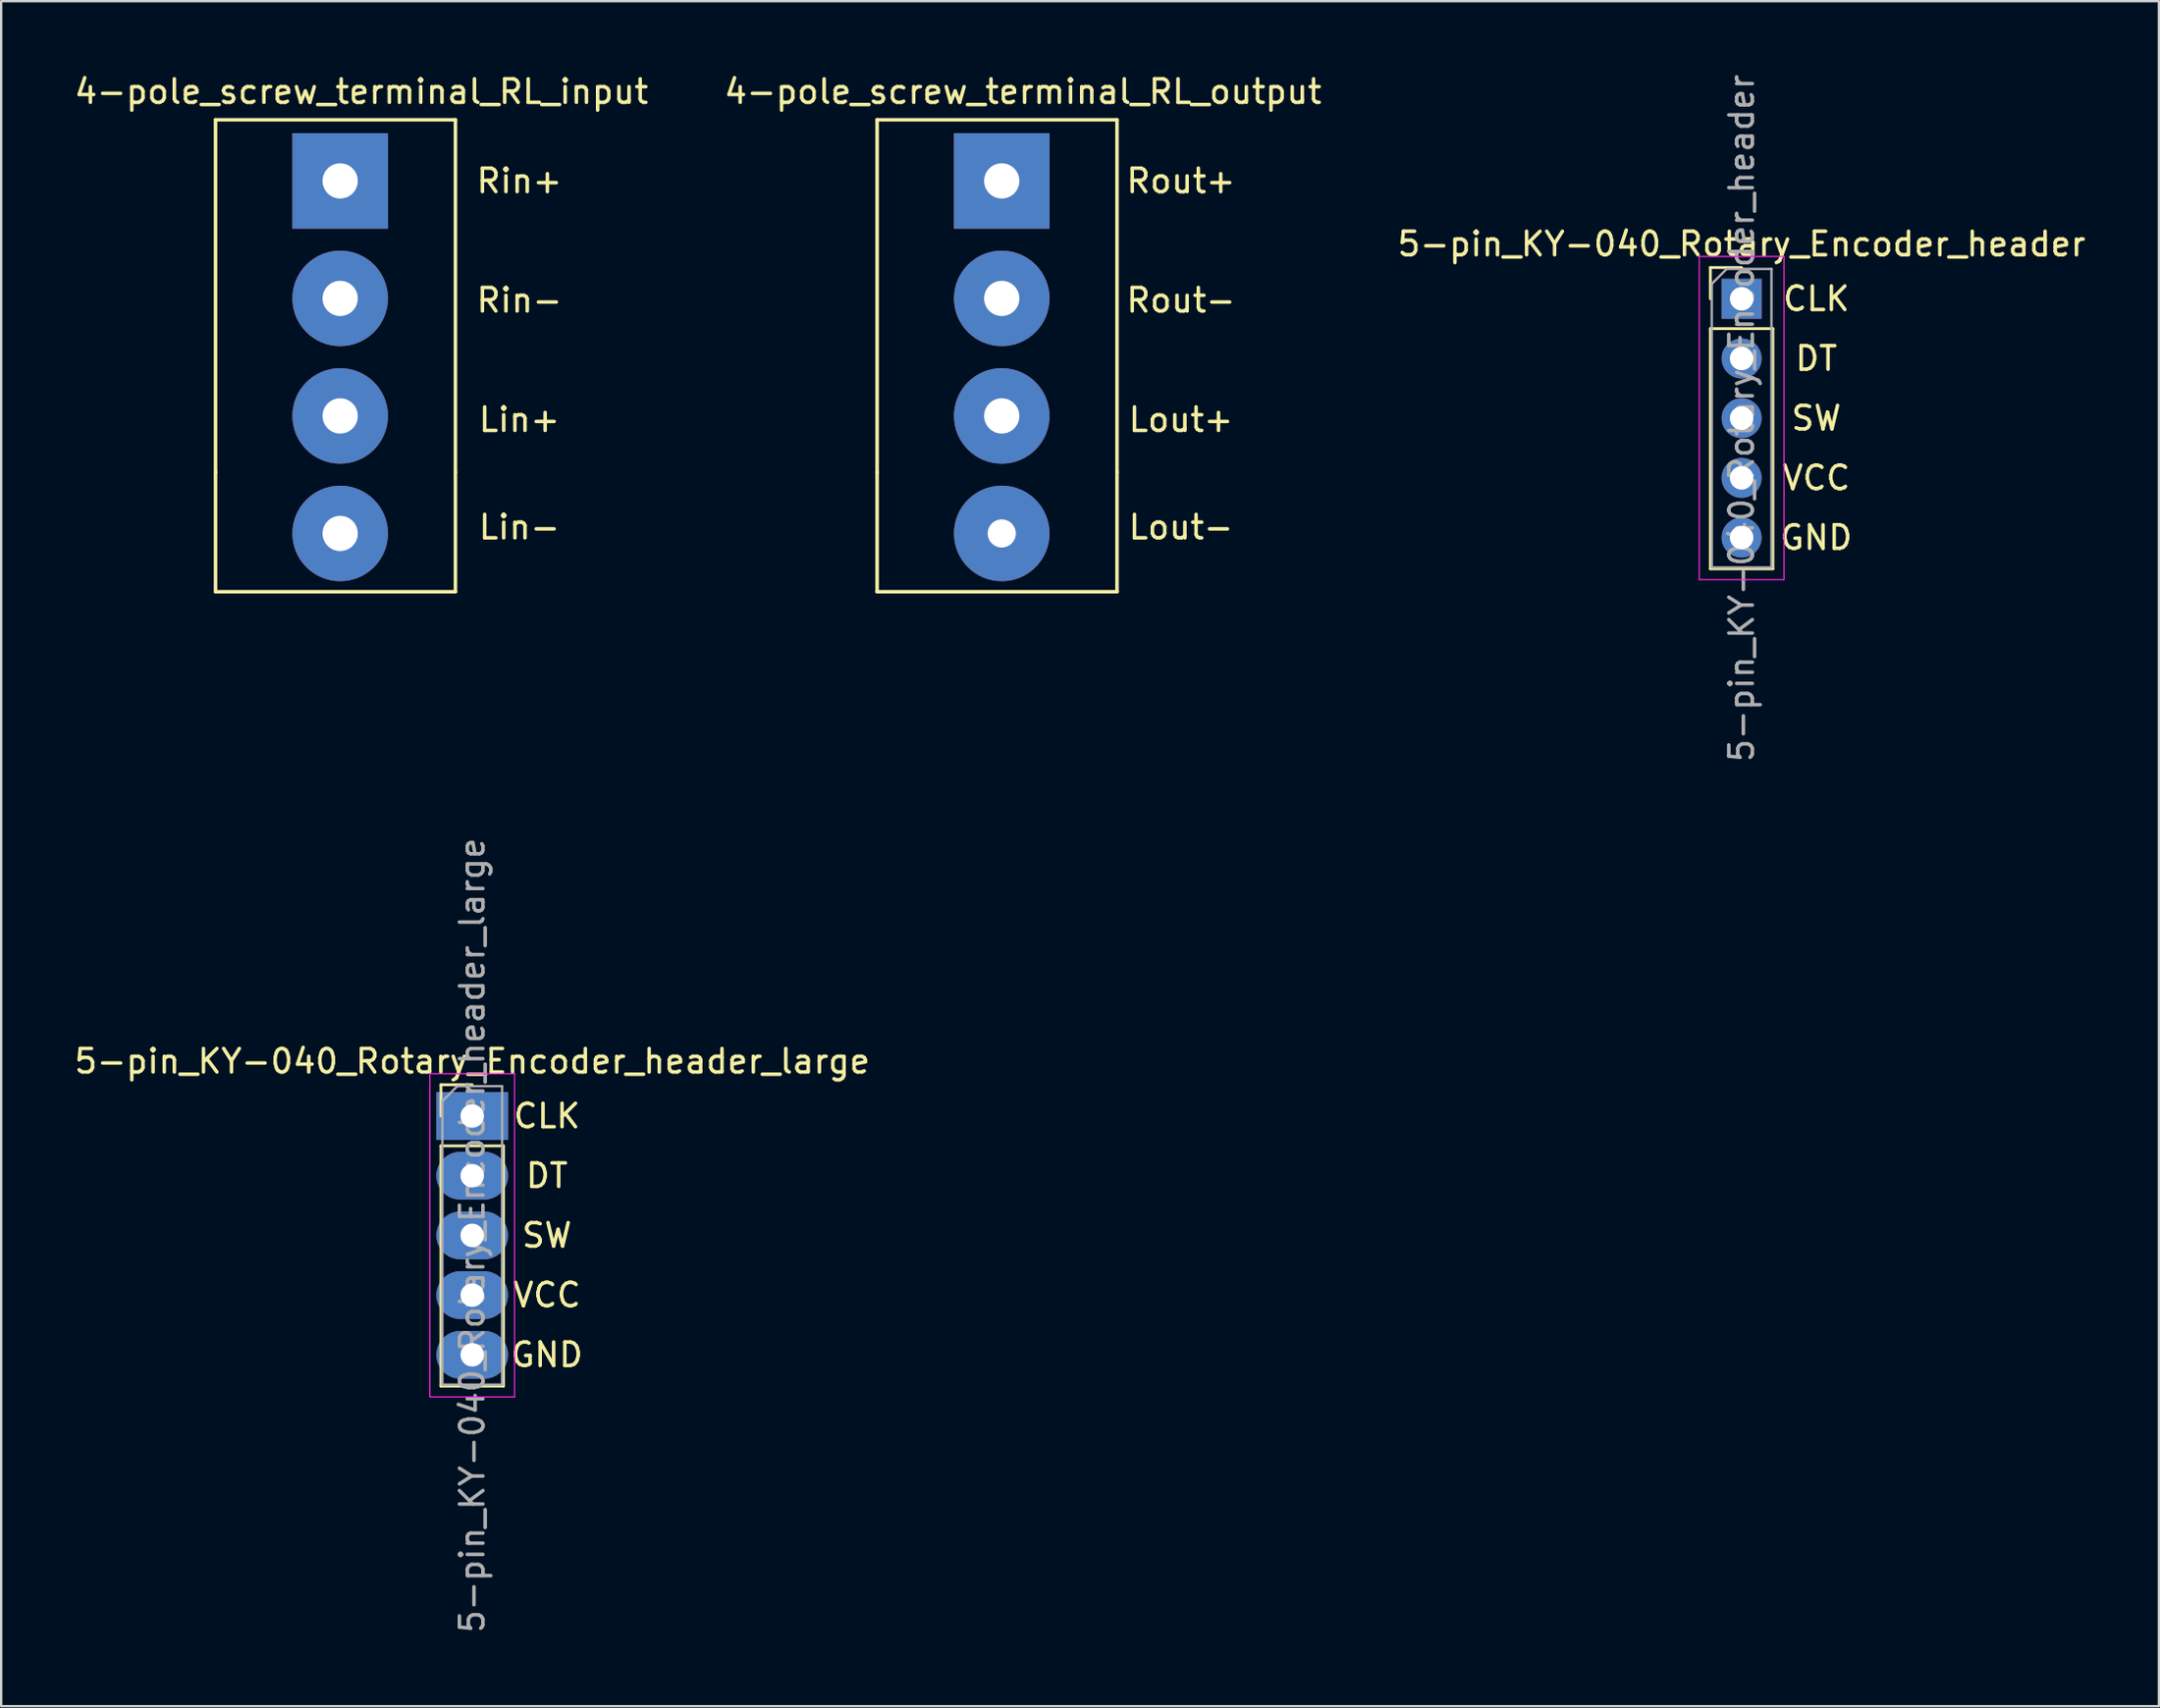
<source format=kicad_pcb>
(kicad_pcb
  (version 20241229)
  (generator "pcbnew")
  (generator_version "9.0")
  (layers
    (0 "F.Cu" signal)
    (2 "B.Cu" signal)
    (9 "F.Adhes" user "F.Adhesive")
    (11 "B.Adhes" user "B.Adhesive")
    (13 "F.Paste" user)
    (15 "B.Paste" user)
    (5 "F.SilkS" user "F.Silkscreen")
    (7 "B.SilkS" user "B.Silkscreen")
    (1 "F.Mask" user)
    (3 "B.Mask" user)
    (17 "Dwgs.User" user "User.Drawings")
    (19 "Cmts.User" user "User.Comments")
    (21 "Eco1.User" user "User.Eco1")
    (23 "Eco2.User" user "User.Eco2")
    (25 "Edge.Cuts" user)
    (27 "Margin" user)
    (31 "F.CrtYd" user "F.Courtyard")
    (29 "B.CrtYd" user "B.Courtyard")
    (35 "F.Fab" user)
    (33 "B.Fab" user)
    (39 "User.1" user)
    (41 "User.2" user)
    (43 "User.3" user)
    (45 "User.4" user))
  (footprint "5-pin_KY-040_Rotary_Encoder_header"
    (layer "F.Cu")
    (at 71.006 9.664)
    (property "Reference" "5-pin_KY-040_Rotary_Encoder_header" (at 0 -2.33 0) (layer "F.SilkS") (effects (font (size 1 1) (thickness 0.15))))
    (attr through_hole)
    (fp_line (start -1.33 -1.33) (end 0 -1.33) (stroke (width 0.12) (type solid)) (layer "F.SilkS"))
    (fp_line (start -1.33 0) (end -1.33 -1.33) (stroke (width 0.12) (type solid)) (layer "F.SilkS"))
    (fp_line (start -1.33 1.27) (end -1.33 11.49) (stroke (width 0.12) (type solid)) (layer "F.SilkS"))
    (fp_line (start -1.33 1.27) (end 1.33 1.27) (stroke (width 0.12) (type solid)) (layer "F.SilkS"))
    (fp_line (start -1.33 11.49) (end 1.33 11.49) (stroke (width 0.12) (type solid)) (layer "F.SilkS"))
    (fp_line (start 1.33 1.27) (end 1.33 11.49) (stroke (width 0.12) (type solid)) (layer "F.SilkS"))
    (fp_line (start -1.8 -1.8) (end -1.8 11.95) (stroke (width 0.05) (type solid)) (layer "F.CrtYd"))
    (fp_line (start -1.8 11.95) (end 1.8 11.95) (stroke (width 0.05) (type solid)) (layer "F.CrtYd"))
    (fp_line (start 1.8 -1.8) (end -1.8 -1.8) (stroke (width 0.05) (type solid)) (layer "F.CrtYd"))
    (fp_line (start 1.8 11.95) (end 1.8 -1.8) (stroke (width 0.05) (type solid)) (layer "F.CrtYd"))
    (fp_line (start -1.27 -0.635) (end -0.635 -1.27) (stroke (width 0.1) (type solid)) (layer "F.Fab"))
    (fp_line (start -1.27 11.43) (end -1.27 -0.635) (stroke (width 0.1) (type solid)) (layer "F.Fab"))
    (fp_line (start -0.635 -1.27) (end 1.27 -1.27) (stroke (width 0.1) (type solid)) (layer "F.Fab"))
    (fp_line (start 1.27 -1.27) (end 1.27 11.43) (stroke (width 0.1) (type solid)) (layer "F.Fab"))
    (fp_line (start 1.27 11.43) (end -1.27 11.43) (stroke (width 0.1) (type solid)) (layer "F.Fab"))
    (fp_text user "VCC" (at 3.175 7.62 0) (layer "F.SilkS") (effects (font (size 1 1) (thickness 0.15))))
    (fp_text user "DT" (at 3.175 2.54 0) (layer "F.SilkS") (effects (font (size 1 1) (thickness 0.15))))
    (fp_text user "SW" (at 3.175 5.08 0) (layer "F.SilkS") (effects (font (size 1 1) (thickness 0.15))))
    (fp_text user "CLK" (at 3.175 0 0) (layer "F.SilkS") (effects (font (size 1 1) (thickness 0.15))))
    (fp_text user "GND" (at 3.175 10.16 0) (layer "F.SilkS") (effects (font (size 1 1) (thickness 0.15))))
    (fp_text user "${REFERENCE}" (at 0 5.08 90) (layer "F.Fab") (effects (font (size 1 1) (thickness 0.15))))
    (pad "1" thru_hole rect (at 0 0) (size 1.7 1.7) (drill 1) (layers "*.Cu" "*.Mask"))
    (pad "2" thru_hole oval (at 0 2.54) (size 1.7 1.7) (drill 1) (layers "*.Cu" "*.Mask"))
    (pad "3" thru_hole oval (at 0 5.08) (size 1.7 1.7) (drill 1) (layers "*.Cu" "*.Mask"))
    (pad "4" thru_hole oval (at 0 7.62) (size 1.7 1.7) (drill 1) (layers "*.Cu" "*.Mask"))
    (pad "5" thru_hole oval (at 0 10.16) (size 1.7 1.7) (drill 1) (layers "*.Cu" "*.Mask")))
  (footprint "4-pole_screw_terminal_RL_output"
    (layer "F.Cu")
    (at 39.546 4.648)
    (property "Reference" "4-pole_screw_terminal_RL_output" (at 0.9 -3.8 0) (layer "F.SilkS") (effects (font (size 1 1) (thickness 0.15))))
    (attr through_hole)
    (fp_line (start -5.3 -2.6) (end 4.9 -2.6) (stroke (width 0.15) (type solid)) (layer "F.SilkS"))
    (fp_line (start -5.3 12.4) (end -5.3 -2.6) (stroke (width 0.15) (type solid)) (layer "F.SilkS"))
    (fp_line (start -5.3 12.4) (end -5.3 17.48) (stroke (width 0.15) (type solid)) (layer "F.SilkS"))
    (fp_line (start 4.9 -2.6) (end 4.9 12.4) (stroke (width 0.15) (type solid)) (layer "F.SilkS"))
    (fp_line (start 4.9 17.48) (end -5.3 17.48) (stroke (width 0.15) (type solid)) (layer "F.SilkS"))
    (fp_line (start 4.9 17.48) (end 4.9 12.4) (stroke (width 0.15) (type solid)) (layer "F.SilkS"))
    (fp_text user "Rout+" (at 7.62 0 0) (layer "F.SilkS") (effects (font (size 1 1) (thickness 0.15))))
    (fp_text user "Lout-" (at 7.62 14.732 0) (layer "F.SilkS") (effects (font (size 1 1) (thickness 0.15))))
    (fp_text user "Lout+" (at 7.62 10.16 0) (layer "F.SilkS") (effects (font (size 1 1) (thickness 0.15))))
    (fp_text user "Rout-" (at 7.62 5.08 0) (layer "F.SilkS") (effects (font (size 1 1) (thickness 0.15))))
    (pad "1" thru_hole rect (at 0 0) (size 4.064 4.064) (drill 1.5) (layers "*.Cu" "*.Mask"))
    (pad "2" thru_hole circle (at 0 5) (size 4.064 4.064) (drill 1.5) (layers "*.Cu" "*.Mask"))
    (pad "3" thru_hole circle (at 0 10) (size 4.064 4.064) (drill 1.5) (layers "*.Cu" "*.Mask"))
    (pad "4" thru_hole circle (at 0 15) (size 4.064 4.064) (drill 1.2) (layers "*.Cu" "*.Mask")))
  (footprint "4-pole_screw_terminal_RL_input"
    (layer "F.Cu")
    (at 11.415 4.648)
    (property "Reference" "4-pole_screw_terminal_RL_input" (at 0.9 -3.8 0) (layer "F.SilkS") (effects (font (size 1 1) (thickness 0.15))))
    (attr through_hole)
    (fp_line (start -5.3 -2.6) (end 4.9 -2.6) (stroke (width 0.15) (type solid)) (layer "F.SilkS"))
    (fp_line (start -5.3 12.4) (end -5.3 -2.6) (stroke (width 0.15) (type solid)) (layer "F.SilkS"))
    (fp_line (start -5.3 12.4) (end -5.3 17.48) (stroke (width 0.15) (type solid)) (layer "F.SilkS"))
    (fp_line (start 4.9 -2.6) (end 4.9 12.4) (stroke (width 0.15) (type solid)) (layer "F.SilkS"))
    (fp_line (start 4.9 17.48) (end -5.3 17.48) (stroke (width 0.15) (type solid)) (layer "F.SilkS"))
    (fp_line (start 4.9 17.48) (end 4.9 12.4) (stroke (width 0.15) (type solid)) (layer "F.SilkS"))
    (fp_text user "Lin+" (at 7.62 10.16 0) (layer "F.SilkS") (effects (font (size 1 1) (thickness 0.15))))
    (fp_text user "Lin-" (at 7.62 14.732 0) (layer "F.SilkS") (effects (font (size 1 1) (thickness 0.15))))
    (fp_text user "Rin+" (at 7.62 0 0) (layer "F.SilkS") (effects (font (size 1 1) (thickness 0.15))))
    (fp_text user "Rin-" (at 7.62 5.08 0) (layer "F.SilkS") (effects (font (size 1 1) (thickness 0.15))))
    (pad "1" thru_hole rect (at 0 0) (size 4.064 4.064) (drill 1.5) (layers "*.Cu" "*.Mask"))
    (pad "2" thru_hole circle (at 0 5) (size 4.064 4.064) (drill 1.5) (layers "*.Cu" "*.Mask"))
    (pad "3" thru_hole circle (at 0 10) (size 4.064 4.064) (drill 1.5) (layers "*.Cu" "*.Mask"))
    (pad "4" thru_hole circle (at 0 15) (size 4.064 4.064) (drill 1.5) (layers "*.Cu" "*.Mask")))
  (footprint "5-pin_KY-040_Rotary_Encoder_header_large"
    (layer "F.Cu")
    (at 17.03 44.438)
    (property "Reference" "5-pin_KY-040_Rotary_Encoder_header_large" (at 0 -2.33 0) (layer "F.SilkS") (effects (font (size 1 1) (thickness 0.15))))
    (attr through_hole)
    (fp_line (start -1.33 -1.33) (end 0 -1.33) (stroke (width 0.12) (type solid)) (layer "F.SilkS"))
    (fp_line (start -1.33 0) (end -1.33 -1.33) (stroke (width 0.12) (type solid)) (layer "F.SilkS"))
    (fp_line (start -1.33 1.27) (end -1.33 11.49) (stroke (width 0.12) (type solid)) (layer "F.SilkS"))
    (fp_line (start -1.33 1.27) (end 1.33 1.27) (stroke (width 0.12) (type solid)) (layer "F.SilkS"))
    (fp_line (start -1.33 11.49) (end 1.33 11.49) (stroke (width 0.12) (type solid)) (layer "F.SilkS"))
    (fp_line (start 1.33 1.27) (end 1.33 11.49) (stroke (width 0.12) (type solid)) (layer "F.SilkS"))
    (fp_line (start -1.8 -1.8) (end -1.8 11.95) (stroke (width 0.05) (type solid)) (layer "F.CrtYd"))
    (fp_line (start -1.8 11.95) (end 1.8 11.95) (stroke (width 0.05) (type solid)) (layer "F.CrtYd"))
    (fp_line (start 1.8 -1.8) (end -1.8 -1.8) (stroke (width 0.05) (type solid)) (layer "F.CrtYd"))
    (fp_line (start 1.8 11.95) (end 1.8 -1.8) (stroke (width 0.05) (type solid)) (layer "F.CrtYd"))
    (fp_line (start -1.27 -0.635) (end -0.635 -1.27) (stroke (width 0.1) (type solid)) (layer "F.Fab"))
    (fp_line (start -1.27 11.43) (end -1.27 -0.635) (stroke (width 0.1) (type solid)) (layer "F.Fab"))
    (fp_line (start -0.635 -1.27) (end 1.27 -1.27) (stroke (width 0.1) (type solid)) (layer "F.Fab"))
    (fp_line (start 1.27 -1.27) (end 1.27 11.43) (stroke (width 0.1) (type solid)) (layer "F.Fab"))
    (fp_line (start 1.27 11.43) (end -1.27 11.43) (stroke (width 0.1) (type solid)) (layer "F.Fab"))
    (fp_text user "GND" (at 3.175 10.16 0) (layer "F.SilkS") (effects (font (size 1 1) (thickness 0.15))))
    (fp_text user "VCC" (at 3.175 7.62 0) (layer "F.SilkS") (effects (font (size 1 1) (thickness 0.15))))
    (fp_text user "CLK" (at 3.175 0 0) (layer "F.SilkS") (effects (font (size 1 1) (thickness 0.15))))
    (fp_text user "SW" (at 3.175 5.08 0) (layer "F.SilkS") (effects (font (size 1 1) (thickness 0.15))))
    (fp_text user "DT" (at 3.175 2.54 0) (layer "F.SilkS") (effects (font (size 1 1) (thickness 0.15))))
    (fp_text user "${REFERENCE}" (at 0 5.08 90) (layer "F.Fab") (effects (font (size 1 1) (thickness 0.15))))
    (pad "1" thru_hole rect (at 0 0) (size 3.048 2.032) (drill 1) (layers "*.Cu" "*.Mask"))
    (pad "2" thru_hole oval (at 0 2.54) (size 3.048 2.032) (drill 1) (layers "*.Cu" "*.Mask"))
    (pad "3" thru_hole oval (at 0 5.08) (size 3.048 2.032) (drill 1) (layers "*.Cu" "*.Mask"))
    (pad "4" thru_hole oval (at 0 7.62) (size 3.048 2.032) (drill 1) (layers "*.Cu" "*.Mask"))
    (pad "5" thru_hole oval (at 0 10.16) (size 3.048 2.032) (drill 1) (layers "*.Cu" "*.Mask")))
  (gr_rect
    (start -3 -3)
    (end 88.75 69.548)
    (stroke (width 0.1) (type default))
    (fill no)
    (layer "Edge.Cuts")))
</source>
